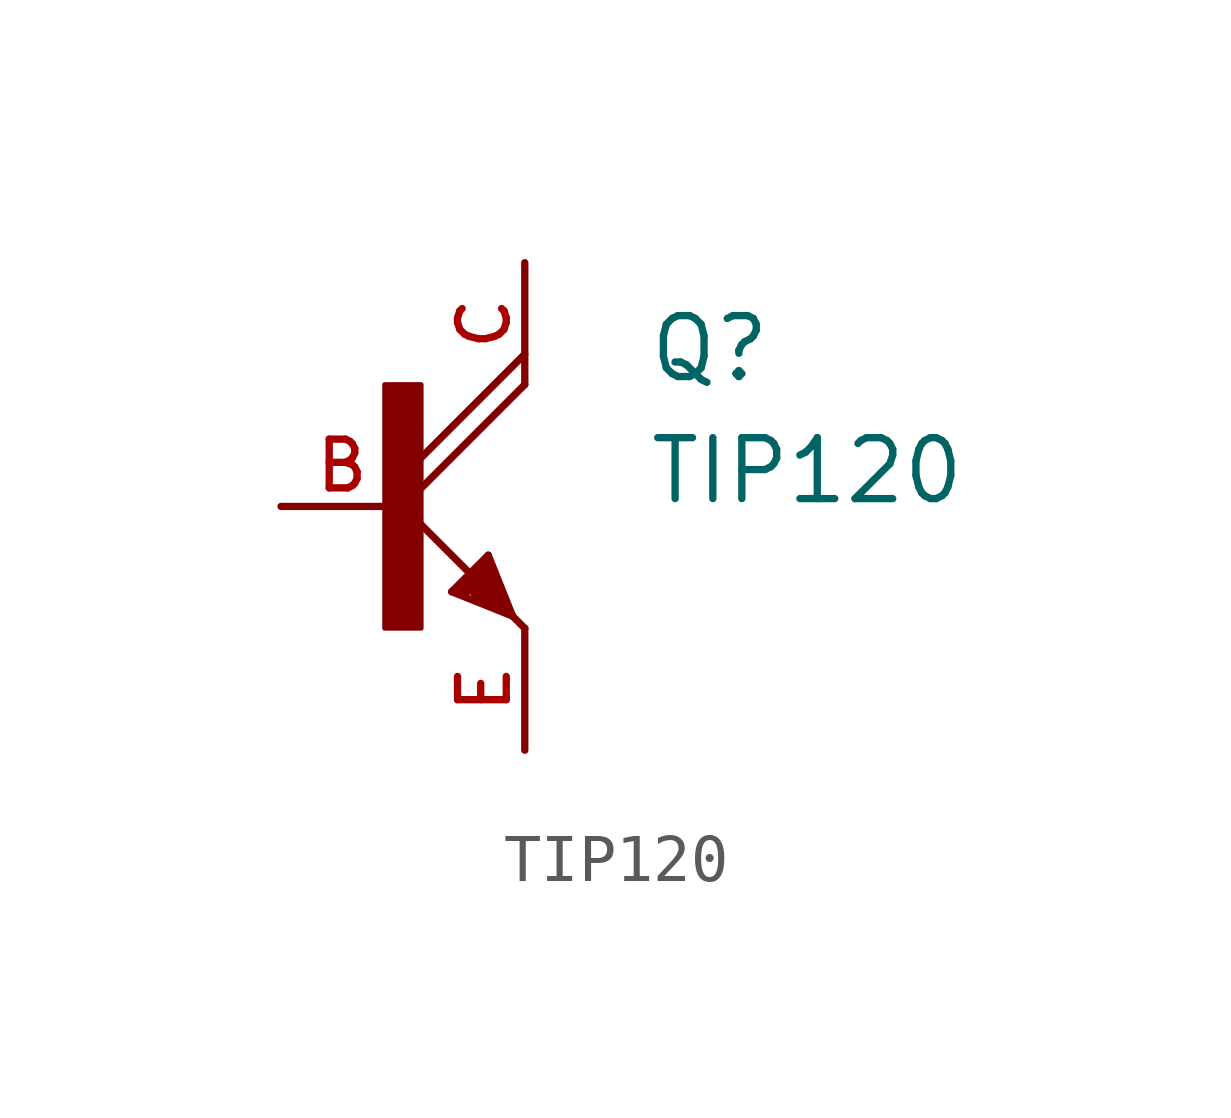
<source format=kicad_sym>
(kicad_symbol_lib
  (version 20211014)
  (generator kicad_symbol_editor)
  (symbol "TIP120"
    (pin_names
      (offset 1.016))
    (property "Reference" "Q"
      (at 5.087 2.544 0)
      (effects (font (size 1.27 1.27)) (justify bottom left)))
    (property "Value" "TIP120"
      (at 5.089 0.0 0)
      (effects (font (size 1.27 1.27)) (justify bottom left)))
    (symbol "TIP120_0_0"
      (polyline (pts (xy 2.54 2.54) (xy 0.0 0.0)) (stroke (width 0.152)))
      (polyline (pts (xy 0.0 0.0) (xy 2.032 -2.032)) (stroke (width 0.152)))
      (polyline (pts (xy 2.032 -2.032) (xy 2.286 -2.286)) (stroke (width 0.152)))
      (polyline (pts (xy 1.778 -1.016) (xy 2.286 -2.286)) (stroke (width 0.152)))
      (polyline (pts (xy 2.286 -2.286) (xy 2.54 -2.54)) (stroke (width 0.152)))
      (polyline (pts (xy 2.286 -2.286) (xy 1.016 -1.778)) (stroke (width 0.152)))
      (polyline (pts (xy 1.016 -1.778) (xy 1.778 -1.016)) (stroke (width 0.152)))
      (polyline (pts (xy 2.54 3.175) (xy 0.0 0.635)) (stroke (width 0.152)))
      (polyline (pts (xy 1.27 -1.778) (xy 1.778 -1.27)) (stroke (width 0.254)))
      (polyline (pts (xy 1.778 -1.27) (xy 2.032 -2.032)) (stroke (width 0.254)))
      (polyline (pts (xy 2.032 -2.032) (xy 1.524 -1.778)) (stroke (width 0.254)))
      (polyline (pts (xy 1.524 -1.778) (xy 1.778 -1.524)) (stroke (width 0.254)))
      (rectangle (start -0.381 -2.54) (end 0.381 2.54) (stroke (width 0.1)) (fill (type outline)))
      (pin passive line (at -2.54 0.0 0) (length 2.54) (name "~" (effects (font (size 1.016 1.016)))) (number "B" (effects (font (size 1.016 1.016)))))
      (pin passive line (at 2.54 -5.08 90.0) (length 2.54) (name "~" (effects (font (size 1.016 1.016)))) (number "E" (effects (font (size 1.016 1.016)))))
      (pin passive line (at 2.54 5.08 270.0) (length 2.54) (name "~" (effects (font (size 1.016 1.016)))) (number "C" (effects (font (size 1.016 1.016))))))))
</source>
